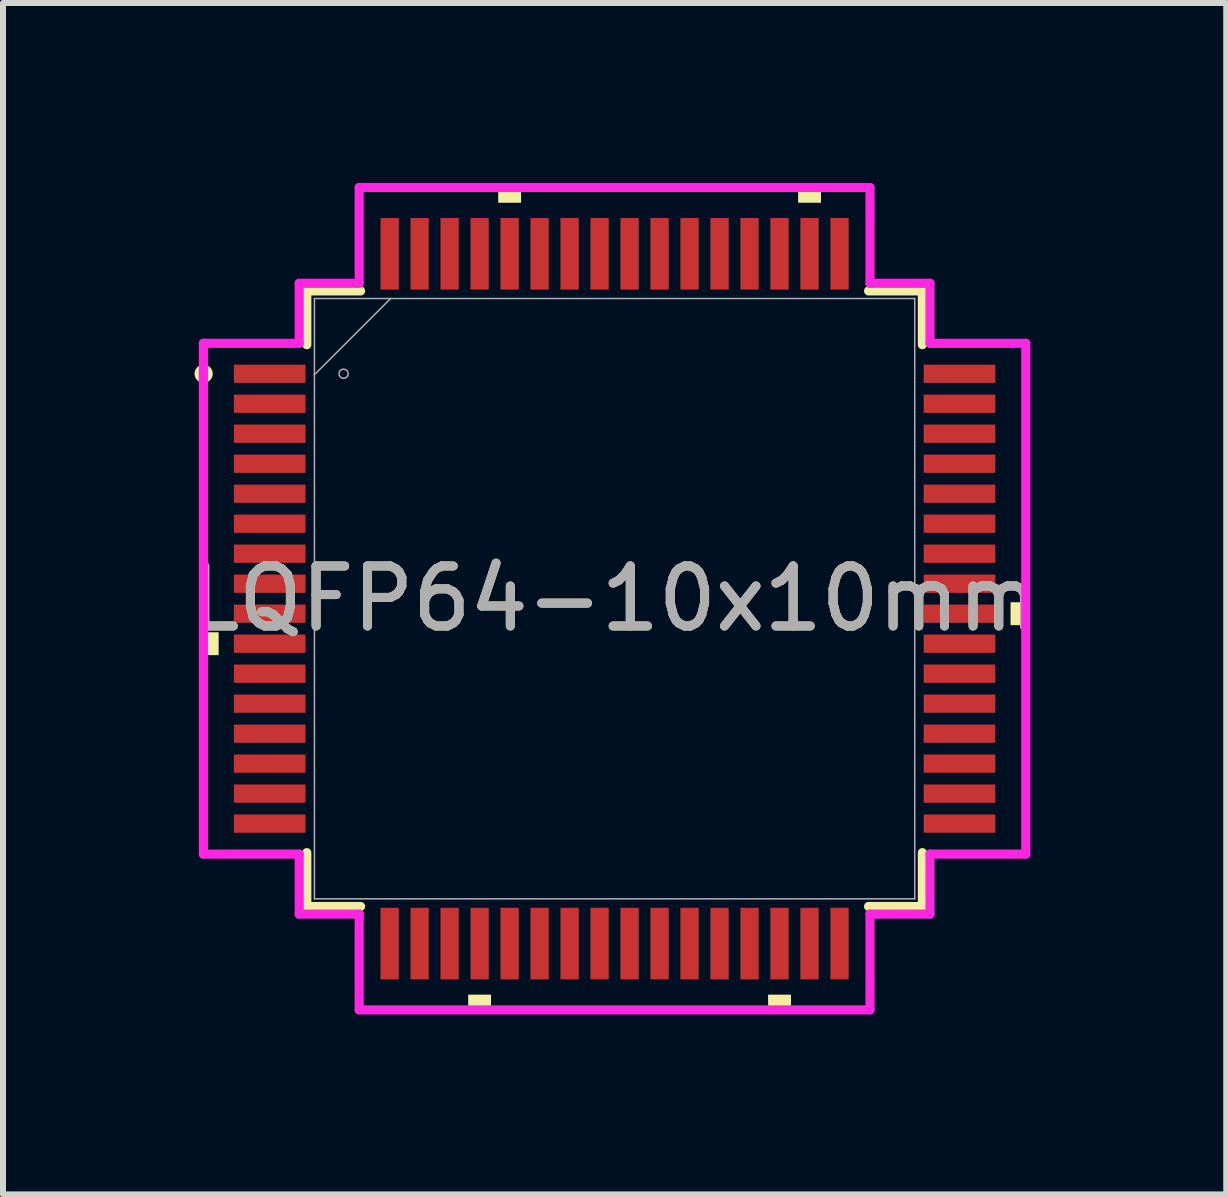
<source format=kicad_pcb>
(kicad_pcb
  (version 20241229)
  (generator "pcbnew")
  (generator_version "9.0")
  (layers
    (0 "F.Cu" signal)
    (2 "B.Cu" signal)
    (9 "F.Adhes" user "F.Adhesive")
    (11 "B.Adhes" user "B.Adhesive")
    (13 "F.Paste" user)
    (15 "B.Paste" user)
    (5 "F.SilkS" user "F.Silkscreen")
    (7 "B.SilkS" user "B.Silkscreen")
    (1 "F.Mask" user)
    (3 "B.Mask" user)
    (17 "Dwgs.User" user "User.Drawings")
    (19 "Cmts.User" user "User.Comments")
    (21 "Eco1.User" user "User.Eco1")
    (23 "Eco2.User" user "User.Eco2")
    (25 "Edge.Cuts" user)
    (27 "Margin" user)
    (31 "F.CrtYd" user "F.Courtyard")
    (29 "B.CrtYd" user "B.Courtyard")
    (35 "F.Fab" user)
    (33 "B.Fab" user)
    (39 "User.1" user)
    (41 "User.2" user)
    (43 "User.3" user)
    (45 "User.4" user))
  (footprint "LQFP64-10x10mm"
    (layer "F.Cu")
    (at 7.196 6.931)
    (property "Reference" "LQFP64-10x10mm" (at 0 0 0) (unlocked yes) (layer "F.SilkS") (effects (font (size 1 1) (thickness 0.15))))
    (attr smd)
    (fp_line (start -5.131 -5.131) (end -5.131 -4.234) (stroke (width 0.152) (type solid)) (layer "F.SilkS"))
    (fp_line (start -5.131 4.234) (end -5.131 5.131) (stroke (width 0.152) (type solid)) (layer "F.SilkS"))
    (fp_line (start -5.131 5.131) (end -4.234 5.131) (stroke (width 0.152) (type solid)) (layer "F.SilkS"))
    (fp_line (start -4.234 -5.131) (end -5.131 -5.131) (stroke (width 0.152) (type solid)) (layer "F.SilkS"))
    (fp_line (start 4.234 5.131) (end 5.131 5.131) (stroke (width 0.152) (type solid)) (layer "F.SilkS"))
    (fp_line (start 5.131 -5.131) (end 4.234 -5.131) (stroke (width 0.152) (type solid)) (layer "F.SilkS"))
    (fp_line (start 5.131 -4.234) (end 5.131 -5.131) (stroke (width 0.152) (type solid)) (layer "F.SilkS"))
    (fp_line (start 5.131 5.131) (end 5.131 4.234) (stroke (width 0.152) (type solid)) (layer "F.SilkS"))
    (fp_circle (center -6.851 -3.75) (end -6.775 -3.75) (stroke (width 0.152) (type solid)) (fill no) (layer "F.SilkS"))
    (fp_poly (pts (xy -6.855 0.56) (xy -6.855 0.941) (xy -6.601 0.941) (xy -6.601 0.56)) (stroke (width 0) (type solid)) (fill yes) (layer "F.SilkS"))
    (fp_poly (pts (xy -2.441 6.601) (xy -2.441 6.855) (xy -2.06 6.855) (xy -2.06 6.601)) (stroke (width 0) (type solid)) (fill yes) (layer "F.SilkS"))
    (fp_poly (pts (xy -1.94 -6.601) (xy -1.94 -6.855) (xy -1.559 -6.855) (xy -1.559 -6.601)) (stroke (width 0) (type solid)) (fill yes) (layer "F.SilkS"))
    (fp_poly (pts (xy 2.559 6.601) (xy 2.559 6.855) (xy 2.941 6.855) (xy 2.941 6.601)) (stroke (width 0) (type solid)) (fill yes) (layer "F.SilkS"))
    (fp_poly (pts (xy 3.06 -6.601) (xy 3.06 -6.855) (xy 3.441 -6.855) (xy 3.441 -6.601)) (stroke (width 0) (type solid)) (fill yes) (layer "F.SilkS"))
    (fp_poly (pts (xy 6.855 0.059) (xy 6.855 0.441) (xy 6.601 0.441) (xy 6.601 0.059)) (stroke (width 0) (type solid)) (fill yes) (layer "F.SilkS"))
    (fp_line (start -6.855 -4.258) (end -5.258 -4.258) (stroke (width 0.152) (type solid)) (layer "F.CrtYd"))
    (fp_line (start -6.855 4.258) (end -6.855 -4.258) (stroke (width 0.152) (type solid)) (layer "F.CrtYd"))
    (fp_line (start -5.258 -5.258) (end -4.258 -5.258) (stroke (width 0.152) (type solid)) (layer "F.CrtYd"))
    (fp_line (start -5.258 -4.258) (end -5.258 -5.258) (stroke (width 0.152) (type solid)) (layer "F.CrtYd"))
    (fp_line (start -5.258 4.258) (end -6.855 4.258) (stroke (width 0.152) (type solid)) (layer "F.CrtYd"))
    (fp_line (start -5.258 5.258) (end -5.258 4.258) (stroke (width 0.152) (type solid)) (layer "F.CrtYd"))
    (fp_line (start -4.258 -6.855) (end 4.258 -6.855) (stroke (width 0.152) (type solid)) (layer "F.CrtYd"))
    (fp_line (start -4.258 -5.258) (end -4.258 -6.855) (stroke (width 0.152) (type solid)) (layer "F.CrtYd"))
    (fp_line (start -4.258 5.258) (end -5.258 5.258) (stroke (width 0.152) (type solid)) (layer "F.CrtYd"))
    (fp_line (start -4.258 6.855) (end -4.258 5.258) (stroke (width 0.152) (type solid)) (layer "F.CrtYd"))
    (fp_line (start 4.258 -6.855) (end 4.258 -5.258) (stroke (width 0.152) (type solid)) (layer "F.CrtYd"))
    (fp_line (start 4.258 -5.258) (end 5.258 -5.258) (stroke (width 0.152) (type solid)) (layer "F.CrtYd"))
    (fp_line (start 4.258 5.258) (end 4.258 6.855) (stroke (width 0.152) (type solid)) (layer "F.CrtYd"))
    (fp_line (start 4.258 6.855) (end -4.258 6.855) (stroke (width 0.152) (type solid)) (layer "F.CrtYd"))
    (fp_line (start 5.258 -5.258) (end 5.258 -4.258) (stroke (width 0.152) (type solid)) (layer "F.CrtYd"))
    (fp_line (start 5.258 -4.258) (end 6.855 -4.258) (stroke (width 0.152) (type solid)) (layer "F.CrtYd"))
    (fp_line (start 5.258 4.258) (end 5.258 5.258) (stroke (width 0.152) (type solid)) (layer "F.CrtYd"))
    (fp_line (start 5.258 5.258) (end 4.258 5.258) (stroke (width 0.152) (type solid)) (layer "F.CrtYd"))
    (fp_line (start 6.855 -4.258) (end 6.855 4.258) (stroke (width 0.152) (type solid)) (layer "F.CrtYd"))
    (fp_line (start 6.855 4.258) (end 5.258 4.258) (stroke (width 0.152) (type solid)) (layer "F.CrtYd"))
    (fp_line (start -5.004 -5.004) (end -5.004 5.004) (stroke (width 0.025) (type solid)) (layer "F.Fab"))
    (fp_line (start -5.004 -3.734) (end -3.734 -5.004) (stroke (width 0.025) (type solid)) (layer "F.Fab"))
    (fp_line (start -5.004 5.004) (end 5.004 5.004) (stroke (width 0.025) (type solid)) (layer "F.Fab"))
    (fp_line (start 5.004 -5.004) (end -5.004 -5.004) (stroke (width 0.025) (type solid)) (layer "F.Fab"))
    (fp_line (start 5.004 5.004) (end 5.004 -5.004) (stroke (width 0.025) (type solid)) (layer "F.Fab"))
    (fp_circle (center -4.518 -3.75) (end -4.442 -3.75) (stroke (width 0.025) (type solid)) (fill no) (layer "F.Fab"))
    (fp_text user "${REFERENCE}" (at 0 0 0) (unlocked yes) (layer "F.Fab") (effects (font (size 1 1) (thickness 0.15))))
    (pad "1" smd rect (at -5.75 -3.75) (size 1.194 0.305) (layers "F.Cu" "F.Mask" "F.Paste"))
    (pad "2" smd rect (at -5.75 -3.25) (size 1.194 0.305) (layers "F.Cu" "F.Mask" "F.Paste"))
    (pad "3" smd rect (at -5.75 -2.75) (size 1.194 0.305) (layers "F.Cu" "F.Mask" "F.Paste"))
    (pad "4" smd rect (at -5.75 -2.25) (size 1.194 0.305) (layers "F.Cu" "F.Mask" "F.Paste"))
    (pad "5" smd rect (at -5.75 -1.75) (size 1.194 0.305) (layers "F.Cu" "F.Mask" "F.Paste"))
    (pad "6" smd rect (at -5.75 -1.25) (size 1.194 0.305) (layers "F.Cu" "F.Mask" "F.Paste"))
    (pad "7" smd rect (at -5.75 -0.75) (size 1.194 0.305) (layers "F.Cu" "F.Mask" "F.Paste"))
    (pad "8" smd rect (at -5.75 -0.25) (size 1.194 0.305) (layers "F.Cu" "F.Mask" "F.Paste"))
    (pad "9" smd rect (at -5.75 0.25) (size 1.194 0.305) (layers "F.Cu" "F.Mask" "F.Paste"))
    (pad "10" smd rect (at -5.75 0.75) (size 1.194 0.305) (layers "F.Cu" "F.Mask" "F.Paste"))
    (pad "11" smd rect (at -5.75 1.25) (size 1.194 0.305) (layers "F.Cu" "F.Mask" "F.Paste"))
    (pad "12" smd rect (at -5.75 1.75) (size 1.194 0.305) (layers "F.Cu" "F.Mask" "F.Paste"))
    (pad "13" smd rect (at -5.75 2.25) (size 1.194 0.305) (layers "F.Cu" "F.Mask" "F.Paste"))
    (pad "14" smd rect (at -5.75 2.75) (size 1.194 0.305) (layers "F.Cu" "F.Mask" "F.Paste"))
    (pad "15" smd rect (at -5.75 3.25) (size 1.194 0.305) (layers "F.Cu" "F.Mask" "F.Paste"))
    (pad "16" smd rect (at -5.75 3.75) (size 1.194 0.305) (layers "F.Cu" "F.Mask" "F.Paste"))
    (pad "17" smd rect (at -3.75 5.75 90) (size 1.194 0.305) (layers "F.Cu" "F.Mask" "F.Paste"))
    (pad "18" smd rect (at -3.25 5.75 90) (size 1.194 0.305) (layers "F.Cu" "F.Mask" "F.Paste"))
    (pad "19" smd rect (at -2.75 5.75 90) (size 1.194 0.305) (layers "F.Cu" "F.Mask" "F.Paste"))
    (pad "20" smd rect (at -2.25 5.75 90) (size 1.194 0.305) (layers "F.Cu" "F.Mask" "F.Paste"))
    (pad "21" smd rect (at -1.75 5.75 90) (size 1.194 0.305) (layers "F.Cu" "F.Mask" "F.Paste"))
    (pad "22" smd rect (at -1.25 5.75 90) (size 1.194 0.305) (layers "F.Cu" "F.Mask" "F.Paste"))
    (pad "23" smd rect (at -0.75 5.75 90) (size 1.194 0.305) (layers "F.Cu" "F.Mask" "F.Paste"))
    (pad "24" smd rect (at -0.25 5.75 90) (size 1.194 0.305) (layers "F.Cu" "F.Mask" "F.Paste"))
    (pad "25" smd rect (at 0.25 5.75 90) (size 1.194 0.305) (layers "F.Cu" "F.Mask" "F.Paste"))
    (pad "26" smd rect (at 0.75 5.75 90) (size 1.194 0.305) (layers "F.Cu" "F.Mask" "F.Paste"))
    (pad "27" smd rect (at 1.25 5.75 90) (size 1.194 0.305) (layers "F.Cu" "F.Mask" "F.Paste"))
    (pad "28" smd rect (at 1.75 5.75 90) (size 1.194 0.305) (layers "F.Cu" "F.Mask" "F.Paste"))
    (pad "29" smd rect (at 2.25 5.75 90) (size 1.194 0.305) (layers "F.Cu" "F.Mask" "F.Paste"))
    (pad "30" smd rect (at 2.75 5.75 90) (size 1.194 0.305) (layers "F.Cu" "F.Mask" "F.Paste"))
    (pad "31" smd rect (at 3.25 5.75 90) (size 1.194 0.305) (layers "F.Cu" "F.Mask" "F.Paste"))
    (pad "32" smd rect (at 3.75 5.75 90) (size 1.194 0.305) (layers "F.Cu" "F.Mask" "F.Paste"))
    (pad "33" smd rect (at 5.75 3.75) (size 1.194 0.305) (layers "F.Cu" "F.Mask" "F.Paste"))
    (pad "34" smd rect (at 5.75 3.25) (size 1.194 0.305) (layers "F.Cu" "F.Mask" "F.Paste"))
    (pad "35" smd rect (at 5.75 2.75) (size 1.194 0.305) (layers "F.Cu" "F.Mask" "F.Paste"))
    (pad "36" smd rect (at 5.75 2.25) (size 1.194 0.305) (layers "F.Cu" "F.Mask" "F.Paste"))
    (pad "37" smd rect (at 5.75 1.75) (size 1.194 0.305) (layers "F.Cu" "F.Mask" "F.Paste"))
    (pad "38" smd rect (at 5.75 1.25) (size 1.194 0.305) (layers "F.Cu" "F.Mask" "F.Paste"))
    (pad "39" smd rect (at 5.75 0.75) (size 1.194 0.305) (layers "F.Cu" "F.Mask" "F.Paste"))
    (pad "40" smd rect (at 5.75 0.25) (size 1.194 0.305) (layers "F.Cu" "F.Mask" "F.Paste"))
    (pad "41" smd rect (at 5.75 -0.25) (size 1.194 0.305) (layers "F.Cu" "F.Mask" "F.Paste"))
    (pad "42" smd rect (at 5.75 -0.75) (size 1.194 0.305) (layers "F.Cu" "F.Mask" "F.Paste"))
    (pad "43" smd rect (at 5.75 -1.25) (size 1.194 0.305) (layers "F.Cu" "F.Mask" "F.Paste"))
    (pad "44" smd rect (at 5.75 -1.75) (size 1.194 0.305) (layers "F.Cu" "F.Mask" "F.Paste"))
    (pad "45" smd rect (at 5.75 -2.25) (size 1.194 0.305) (layers "F.Cu" "F.Mask" "F.Paste"))
    (pad "46" smd rect (at 5.75 -2.75) (size 1.194 0.305) (layers "F.Cu" "F.Mask" "F.Paste"))
    (pad "47" smd rect (at 5.75 -3.25) (size 1.194 0.305) (layers "F.Cu" "F.Mask" "F.Paste"))
    (pad "48" smd rect (at 5.75 -3.75) (size 1.194 0.305) (layers "F.Cu" "F.Mask" "F.Paste"))
    (pad "49" smd rect (at 3.75 -5.75 90) (size 1.194 0.305) (layers "F.Cu" "F.Mask" "F.Paste"))
    (pad "50" smd rect (at 3.25 -5.75 90) (size 1.194 0.305) (layers "F.Cu" "F.Mask" "F.Paste"))
    (pad "51" smd rect (at 2.75 -5.75 90) (size 1.194 0.305) (layers "F.Cu" "F.Mask" "F.Paste"))
    (pad "52" smd rect (at 2.25 -5.75 90) (size 1.194 0.305) (layers "F.Cu" "F.Mask" "F.Paste"))
    (pad "53" smd rect (at 1.75 -5.75 90) (size 1.194 0.305) (layers "F.Cu" "F.Mask" "F.Paste"))
    (pad "54" smd rect (at 1.25 -5.75 90) (size 1.194 0.305) (layers "F.Cu" "F.Mask" "F.Paste"))
    (pad "55" smd rect (at 0.75 -5.75 90) (size 1.194 0.305) (layers "F.Cu" "F.Mask" "F.Paste"))
    (pad "56" smd rect (at 0.25 -5.75 90) (size 1.194 0.305) (layers "F.Cu" "F.Mask" "F.Paste"))
    (pad "57" smd rect (at -0.25 -5.75 90) (size 1.194 0.305) (layers "F.Cu" "F.Mask" "F.Paste"))
    (pad "58" smd rect (at -0.75 -5.75 90) (size 1.194 0.305) (layers "F.Cu" "F.Mask" "F.Paste"))
    (pad "59" smd rect (at -1.25 -5.75 90) (size 1.194 0.305) (layers "F.Cu" "F.Mask" "F.Paste"))
    (pad "60" smd rect (at -1.75 -5.75 90) (size 1.194 0.305) (layers "F.Cu" "F.Mask" "F.Paste"))
    (pad "61" smd rect (at -2.25 -5.75 90) (size 1.194 0.305) (layers "F.Cu" "F.Mask" "F.Paste"))
    (pad "62" smd rect (at -2.75 -5.75 90) (size 1.194 0.305) (layers "F.Cu" "F.Mask" "F.Paste"))
    (pad "63" smd rect (at -3.25 -5.75 90) (size 1.194 0.305) (layers "F.Cu" "F.Mask" "F.Paste"))
    (pad "64" smd rect (at -3.75 -5.75 90) (size 1.194 0.305) (layers "F.Cu" "F.Mask" "F.Paste")))
  (gr_rect
    (start -3 -3)
    (end 17.393 16.862)
    (stroke (width 0.1) (type default))
    (fill no)
    (layer "Edge.Cuts")))
</source>
